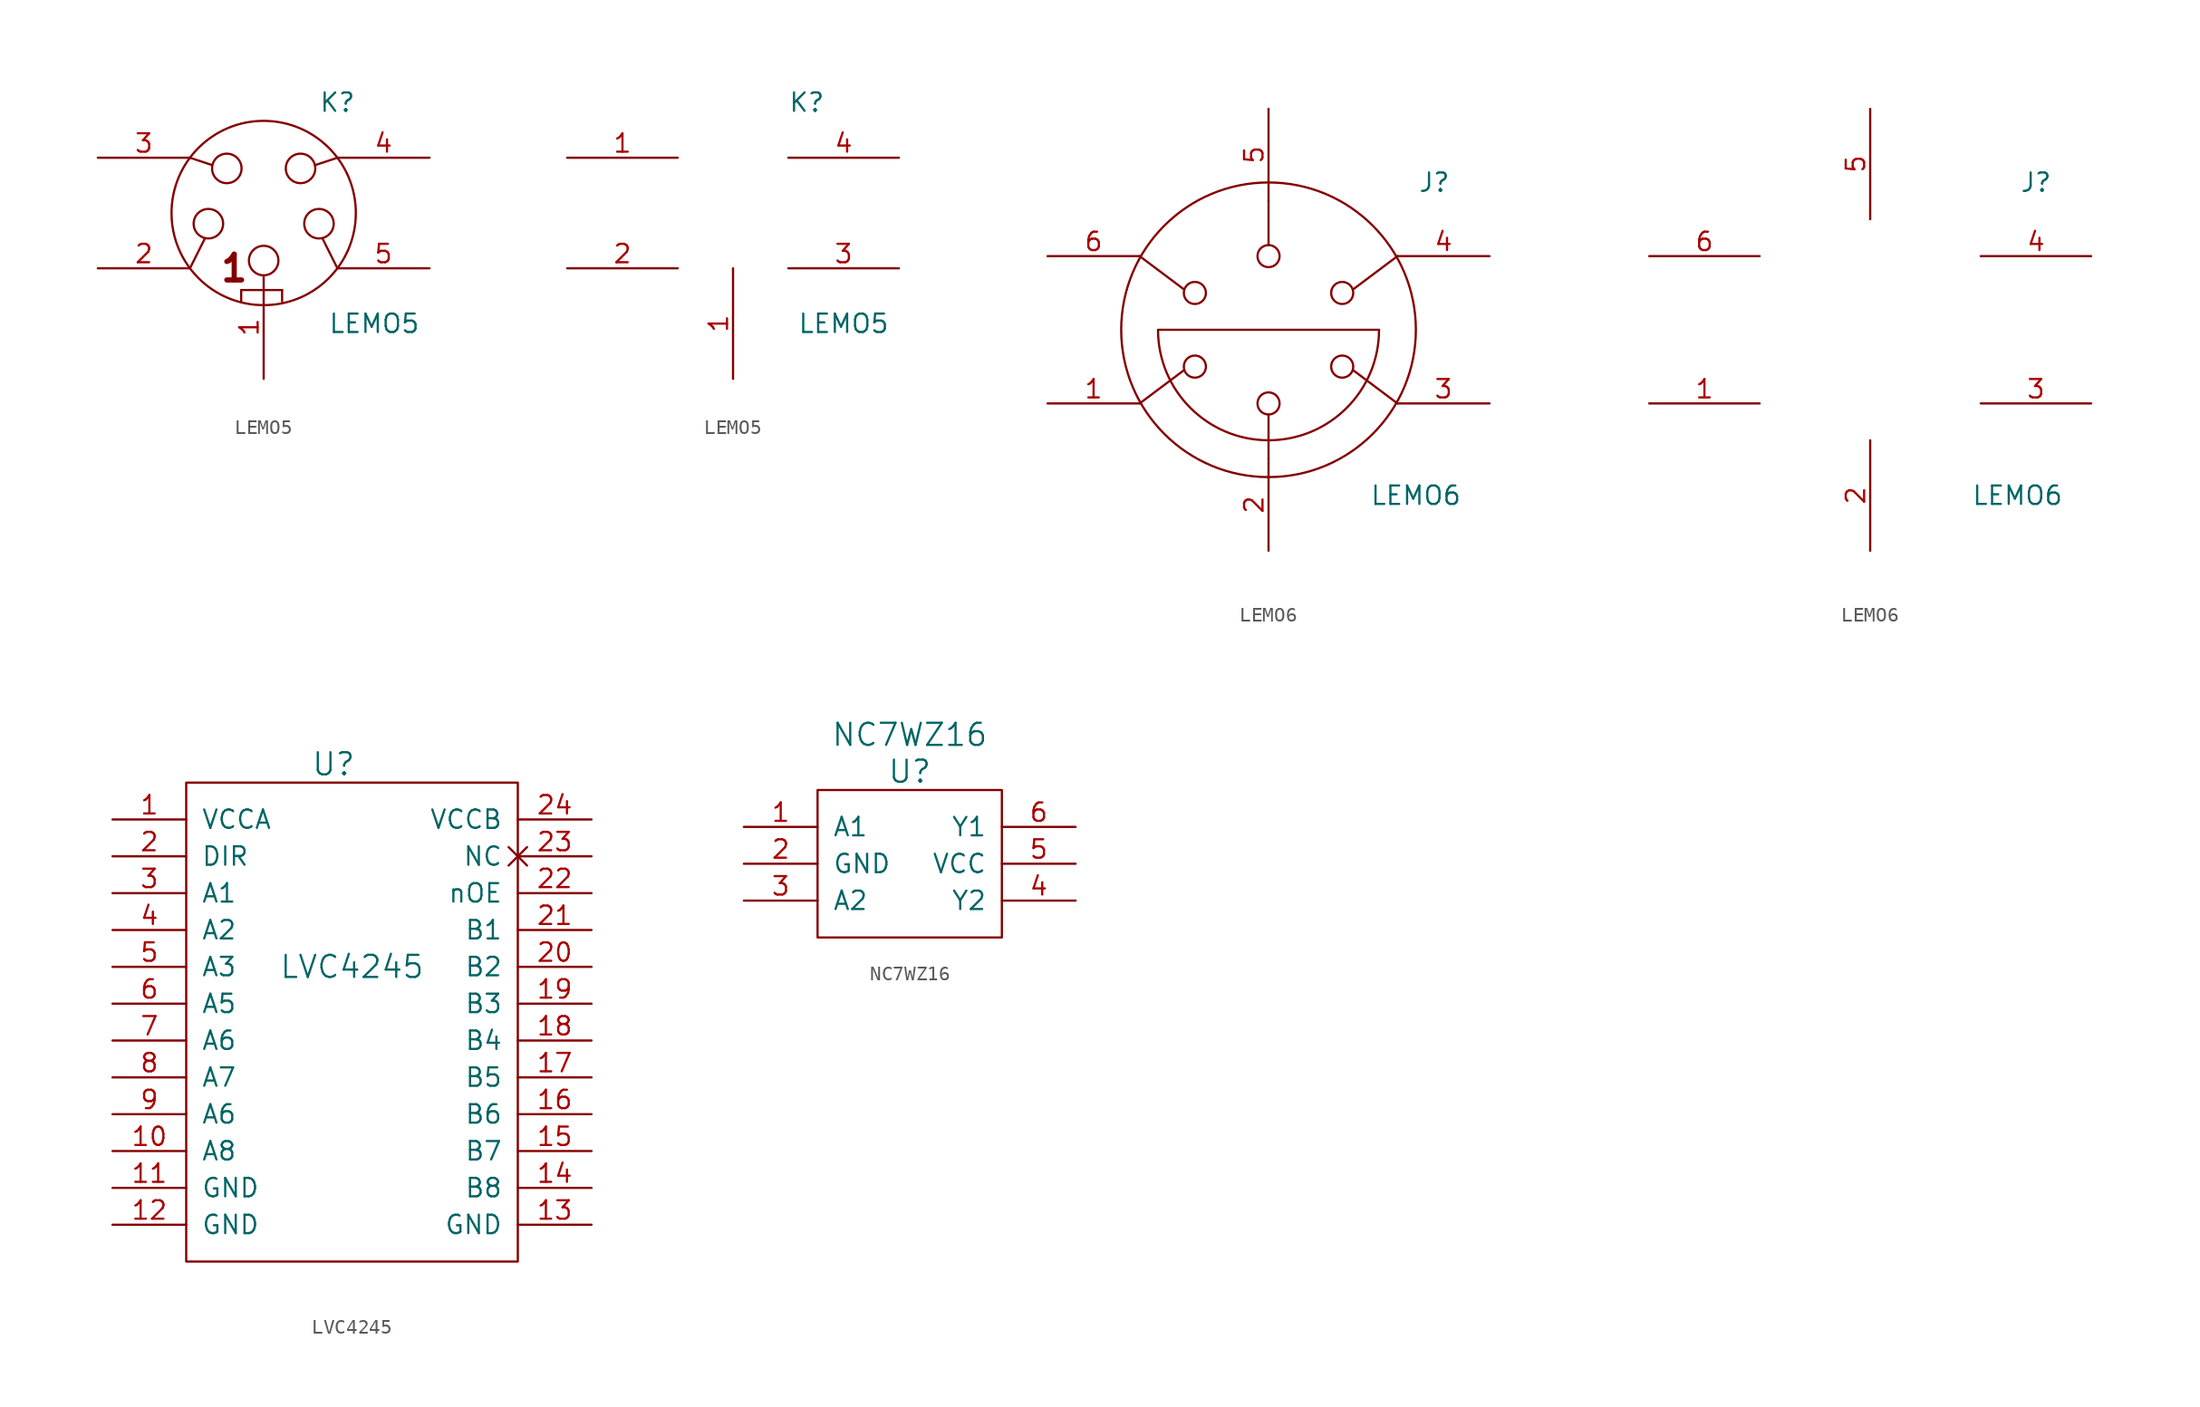
<source format=kicad_sym>
(kicad_symbol_lib
  (version 20231120)
  (generator "kicad_symbol_editor")
  (generator_version "8.0")
  (symbol "LEMO5"
    (pin_names
      (offset 1.016) hide)
    (property "Reference" "K"
      (at 5.08 7.62 0)
      (effects (font (size 1.27 1.27))))
    (property "Value" "LEMO5"
      (at 7.62 -7.62 0)
      (effects (font (size 1.27 1.27))))
    (property "Footprint" ""
      (at 0 0 0)
      (effects (font (size 1.27 1.27))))
    (property "Datasheet" ""
      (at 0 0 0)
      (effects (font (size 1.27 1.27))))
    (symbol "LEMO5_0_1"
      (circle (center -3.81 -0.737) (radius 1.016) (stroke (width 0) (type solid)) (fill (type none)))
      (circle (center -2.54 3.073) (radius 1.016) (stroke (width 0) (type solid)) (fill (type none)))
      (circle (center 0 -3.277) (radius 1.016) (stroke (width 0) (type solid)) (fill (type none)))
      (polyline (pts (xy -5.08 -3.81) (xy -4.064 -1.778)) (stroke (width 0) (type solid)) (fill (type none)))
      (polyline (pts (xy -5.08 3.81) (xy -3.556 3.302)) (stroke (width 0) (type solid)) (fill (type none)))
      (polyline (pts (xy -1.549 -6.096) (xy -1.549 -5.309)) (stroke (width 0) (type solid)) (fill (type none)))
      (polyline (pts (xy -1.549 -5.309) (xy 1.27 -5.309)) (stroke (width 0) (type solid)) (fill (type none)))
      (polyline (pts (xy 1.27 -5.309) (xy 1.27 -6.096)) (stroke (width 0) (type solid)) (fill (type none)))
      (polyline (pts (xy 5.08 -3.81) (xy 4.064 -1.778)) (stroke (width 0) (type solid)) (fill (type none)))
      (polyline (pts (xy 5.08 3.81) (xy 3.556 3.302)) (stroke (width 0) (type solid)) (fill (type none)))
      (circle (center 0 0) (radius 6.35) (stroke (width 0) (type solid)) (fill (type none)))
      (circle (center 2.54 3.073) (radius 1.016) (stroke (width 0) (type solid)) (fill (type none)))
      (circle (center 3.81 -0.737) (radius 1.016) (stroke (width 0) (type solid)) (fill (type none)))
      (text "1" (at -2.032 -3.81 0) (effects (font (size 1.778 1.778) (bold yes)))))
    (symbol "LEMO5_1_1"
      (pin bidirectional line (at 0 -11.43 90) (length 7.112) (name "~" (effects (font (size 1.27 1.27)))) (number "1" (effects (font (size 1.27 1.27)))))
      (pin bidirectional line (at -11.43 -3.81 0) (length 6.35) (name "~" (effects (font (size 1.27 1.27)))) (number "2" (effects (font (size 1.27 1.27)))))
      (pin bidirectional line (at -11.43 3.81 0) (length 6.35) (name "~" (effects (font (size 1.27 1.27)))) (number "3" (effects (font (size 1.27 1.27)))))
      (pin bidirectional line (at 11.43 3.81 180) (length 6.35) (name "~" (effects (font (size 1.27 1.27)))) (number "4" (effects (font (size 1.27 1.27)))))
      (pin bidirectional line (at 11.43 -3.81 180) (length 6.35) (name "~" (effects (font (size 1.27 1.27)))) (number "5" (effects (font (size 1.27 1.27))))))
    (symbol "LEMO5_1_2"
      (pin bidirectional line (at -11.43 3.81 0) (length 7.62) (name "~" (effects (font (size 1.27 1.27)))) (number "1" (effects (font (size 1.27 1.27)))))
      (pin bidirectional line (at 0 -11.43 90) (length 7.62) (name "~" (effects (font (size 1.27 1.27)))) (number "1" (effects (font (size 1.27 1.27)))))
      (pin bidirectional line (at -11.43 -3.81 0) (length 7.62) (name "~" (effects (font (size 1.27 1.27)))) (number "2" (effects (font (size 1.27 1.27)))))
      (pin bidirectional line (at 11.43 -3.81 180) (length 7.62) (name "~" (effects (font (size 1.27 1.27)))) (number "3" (effects (font (size 1.27 1.27)))))
      (pin bidirectional line (at 11.43 3.81 180) (length 7.62) (name "~" (effects (font (size 1.27 1.27)))) (number "4" (effects (font (size 1.27 1.27)))))))
  (symbol "LEMO6"
    (pin_names
      (offset 1.016) hide)
    (property "Reference" "J"
      (at 11.43 10.16 0)
      (effects (font (size 1.27 1.27))))
    (property "Value" "LEMO6"
      (at 10.16 -11.43 0)
      (effects (font (size 1.27 1.27))))
    (property "Footprint" ""
      (at 0 0 0)
      (effects (font (size 1.27 1.27))))
    (property "Datasheet" ""
      (at 0 0 0)
      (effects (font (size 1.27 1.27))))
    (symbol "LEMO6_0_1"
      (arc (start -7.62 -0.0254) (mid -5.3882 -5.3882) (end -0.0254 -7.62) (stroke (width 0) (type solid)) (fill (type none)))
      (circle (center -5.08 -2.54) (radius 0.762) (stroke (width 0) (type solid)) (fill (type none)))
      (circle (center -5.08 2.54) (radius 0.762) (stroke (width 0) (type solid)) (fill (type none)))
      (circle (center 0 -5.08) (radius 0.762) (stroke (width 0) (type solid)) (fill (type none)))
      (polyline (pts (xy -8.89 -5.08) (xy -5.842 -2.794)) (stroke (width 0) (type solid)) (fill (type none)))
      (polyline (pts (xy -8.89 5.08) (xy -5.842 2.794)) (stroke (width 0) (type solid)) (fill (type none)))
      (polyline (pts (xy -7.62 0) (xy 7.62 0)) (stroke (width 0) (type solid)) (fill (type none)))
      (polyline (pts (xy 0 -8.89) (xy 0 -5.842)) (stroke (width 0) (type solid)) (fill (type none)))
      (polyline (pts (xy 0 8.89) (xy 0 5.842)) (stroke (width 0) (type solid)) (fill (type none)))
      (polyline (pts (xy 8.89 -5.08) (xy 5.842 -2.794)) (stroke (width 0) (type solid)) (fill (type none)))
      (polyline (pts (xy 8.89 5.08) (xy 5.842 2.794)) (stroke (width 0) (type solid)) (fill (type none)))
      (circle (center 0 0) (radius 10.16) (stroke (width 0) (type solid)) (fill (type none)))
      (circle (center 0 5.08) (radius 0.762) (stroke (width 0) (type solid)) (fill (type none)))
      (arc (start 0.0254 -7.62) (mid 5.3882 -5.3882) (end 7.62 -0.0254) (stroke (width 0) (type solid)) (fill (type none)))
      (circle (center 5.08 -2.54) (radius 0.762) (stroke (width 0) (type solid)) (fill (type none)))
      (circle (center 5.08 2.54) (radius 0.762) (stroke (width 0) (type solid)) (fill (type none))))
    (symbol "LEMO6_1_1"
      (pin passive line (at -15.24 -5.08 0) (length 6.35) (name "~" (effects (font (size 1.27 1.27)))) (number "1" (effects (font (size 1.27 1.27)))))
      (pin passive line (at 0 -15.24 90) (length 6.35) (name "~" (effects (font (size 1.27 1.27)))) (number "2" (effects (font (size 1.27 1.27)))))
      (pin passive line (at 15.24 -5.08 180) (length 6.35) (name "~" (effects (font (size 1.27 1.27)))) (number "3" (effects (font (size 1.27 1.27)))))
      (pin passive line (at 15.24 5.08 180) (length 6.35) (name "~" (effects (font (size 1.27 1.27)))) (number "4" (effects (font (size 1.27 1.27)))))
      (pin passive line (at 0 15.24 270) (length 6.35) (name "~" (effects (font (size 1.27 1.27)))) (number "5" (effects (font (size 1.27 1.27)))))
      (pin passive line (at -15.24 5.08 0) (length 6.35) (name "~" (effects (font (size 1.27 1.27)))) (number "6" (effects (font (size 1.27 1.27))))))
    (symbol "LEMO6_1_2"
      (pin passive line (at -15.24 -5.08 0) (length 7.62) (name "~" (effects (font (size 1.27 1.27)))) (number "1" (effects (font (size 1.27 1.27)))))
      (pin passive line (at 0 -15.24 90) (length 7.62) (name "~" (effects (font (size 1.27 1.27)))) (number "2" (effects (font (size 1.27 1.27)))))
      (pin passive line (at 15.24 -5.08 180) (length 7.62) (name "~" (effects (font (size 1.27 1.27)))) (number "3" (effects (font (size 1.27 1.27)))))
      (pin passive line (at 15.24 5.08 180) (length 7.62) (name "~" (effects (font (size 1.27 1.27)))) (number "4" (effects (font (size 1.27 1.27)))))
      (pin passive line (at 0 15.24 270) (length 7.62) (name "~" (effects (font (size 1.27 1.27)))) (number "5" (effects (font (size 1.27 1.27)))))
      (pin passive line (at -15.24 5.08 0) (length 7.62) (name "~" (effects (font (size 1.27 1.27)))) (number "6" (effects (font (size 1.27 1.27)))))))
  (symbol "LVC4245"
    (pin_names
      (offset 1.016))
    (property "Reference" "U"
      (at -1.27 17.78 0)
      (effects (font (size 1.524 1.524))))
    (property "Value" "LVC4245"
      (at 0 3.81 0)
      (effects (font (size 1.524 1.524))))
    (symbol "LVC4245_0_1"
      (rectangle (start 11.43 16.51) (end -11.43 -16.51) (stroke (width 0) (type solid)) (fill (type none))))
    (symbol "LVC4245_1_1"
      (pin power_in line (at -16.51 13.97 0) (length 5.08) (name "VCCA" (effects (font (size 1.27 1.27)))) (number "1" (effects (font (size 1.27 1.27)))))
      (pin bidirectional line (at -16.51 -8.89 0) (length 5.08) (name "A8" (effects (font (size 1.27 1.27)))) (number "10" (effects (font (size 1.27 1.27)))))
      (pin input line (at -16.51 -11.43 0) (length 5.08) (name "GND" (effects (font (size 1.27 1.27)))) (number "11" (effects (font (size 1.27 1.27)))))
      (pin input line (at -16.51 -13.97 0) (length 5.08) (name "GND" (effects (font (size 1.27 1.27)))) (number "12" (effects (font (size 1.27 1.27)))))
      (pin input line (at 16.51 -13.97 180) (length 5.08) (name "GND" (effects (font (size 1.27 1.27)))) (number "13" (effects (font (size 1.27 1.27)))))
      (pin bidirectional line (at 16.51 -11.43 180) (length 5.08) (name "B8" (effects (font (size 1.27 1.27)))) (number "14" (effects (font (size 1.27 1.27)))))
      (pin bidirectional line (at 16.51 -8.89 180) (length 5.08) (name "B7" (effects (font (size 1.27 1.27)))) (number "15" (effects (font (size 1.27 1.27)))))
      (pin bidirectional line (at 16.51 -6.35 180) (length 5.08) (name "B6" (effects (font (size 1.27 1.27)))) (number "16" (effects (font (size 1.27 1.27)))))
      (pin bidirectional line (at 16.51 -3.81 180) (length 5.08) (name "B5" (effects (font (size 1.27 1.27)))) (number "17" (effects (font (size 1.27 1.27)))))
      (pin bidirectional line (at 16.51 -1.27 180) (length 5.08) (name "B4" (effects (font (size 1.27 1.27)))) (number "18" (effects (font (size 1.27 1.27)))))
      (pin bidirectional line (at 16.51 1.27 180) (length 5.08) (name "B3" (effects (font (size 1.27 1.27)))) (number "19" (effects (font (size 1.27 1.27)))))
      (pin input line (at -16.51 11.43 0) (length 5.08) (name "DIR" (effects (font (size 1.27 1.27)))) (number "2" (effects (font (size 1.27 1.27)))))
      (pin bidirectional line (at 16.51 3.81 180) (length 5.08) (name "B2" (effects (font (size 1.27 1.27)))) (number "20" (effects (font (size 1.27 1.27)))))
      (pin bidirectional line (at 16.51 6.35 180) (length 5.08) (name "B1" (effects (font (size 1.27 1.27)))) (number "21" (effects (font (size 1.27 1.27)))))
      (pin input line (at 16.51 8.89 180) (length 5.08) (name "nOE" (effects (font (size 1.27 1.27)))) (number "22" (effects (font (size 1.27 1.27)))))
      (pin bidirectional non_logic (at 16.51 11.43 180) (length 5.08) (name "NC" (effects (font (size 1.27 1.27)))) (number "23" (effects (font (size 1.27 1.27)))))
      (pin power_in line (at 16.51 13.97 180) (length 5.08) (name "VCCB" (effects (font (size 1.27 1.27)))) (number "24" (effects (font (size 1.27 1.27)))))
      (pin bidirectional line (at -16.51 8.89 0) (length 5.08) (name "A1" (effects (font (size 1.27 1.27)))) (number "3" (effects (font (size 1.27 1.27)))))
      (pin bidirectional line (at -16.51 6.35 0) (length 5.08) (name "A2" (effects (font (size 1.27 1.27)))) (number "4" (effects (font (size 1.27 1.27)))))
      (pin bidirectional line (at -16.51 3.81 0) (length 5.08) (name "A3" (effects (font (size 1.27 1.27)))) (number "5" (effects (font (size 1.27 1.27)))))
      (pin bidirectional line (at -16.51 1.27 0) (length 5.08) (name "A5" (effects (font (size 1.27 1.27)))) (number "6" (effects (font (size 1.27 1.27)))))
      (pin bidirectional line (at -16.51 -1.27 0) (length 5.08) (name "A6" (effects (font (size 1.27 1.27)))) (number "7" (effects (font (size 1.27 1.27)))))
      (pin bidirectional line (at -16.51 -3.81 0) (length 5.08) (name "A7" (effects (font (size 1.27 1.27)))) (number "8" (effects (font (size 1.27 1.27)))))
      (pin bidirectional line (at -16.51 -6.35 0) (length 5.08) (name "A6" (effects (font (size 1.27 1.27)))) (number "9" (effects (font (size 1.27 1.27)))))))
  (symbol "NC7WZ16"
    (pin_names
      (offset 1.016))
    (property "Reference" "U"
      (at 0 6.35 0)
      (effects (font (size 1.524 1.524))))
    (property "Value" "NC7WZ16"
      (at 0 8.89 0)
      (effects (font (size 1.524 1.524))))
    (symbol "NC7WZ16_0_1"
      (rectangle (start -6.35 5.08) (end 6.35 -5.08) (stroke (width 0) (type solid)) (fill (type none))))
    (symbol "NC7WZ16_1_1"
      (pin input line (at -11.43 2.54 0) (length 5.08) (name "A1" (effects (font (size 1.27 1.27)))) (number "1" (effects (font (size 1.27 1.27)))))
      (pin input line (at -11.43 0 0) (length 5.08) (name "GND" (effects (font (size 1.27 1.27)))) (number "2" (effects (font (size 1.27 1.27)))))
      (pin input line (at -11.43 -2.54 0) (length 5.08) (name "A2" (effects (font (size 1.27 1.27)))) (number "3" (effects (font (size 1.27 1.27)))))
      (pin input line (at 11.43 -2.54 180) (length 5.08) (name "Y2" (effects (font (size 1.27 1.27)))) (number "4" (effects (font (size 1.27 1.27)))))
      (pin input line (at 11.43 0 180) (length 5.08) (name "VCC" (effects (font (size 1.27 1.27)))) (number "5" (effects (font (size 1.27 1.27)))))
      (pin input line (at 11.43 2.54 180) (length 5.08) (name "Y1" (effects (font (size 1.27 1.27)))) (number "6" (effects (font (size 1.27 1.27))))))))
</source>
